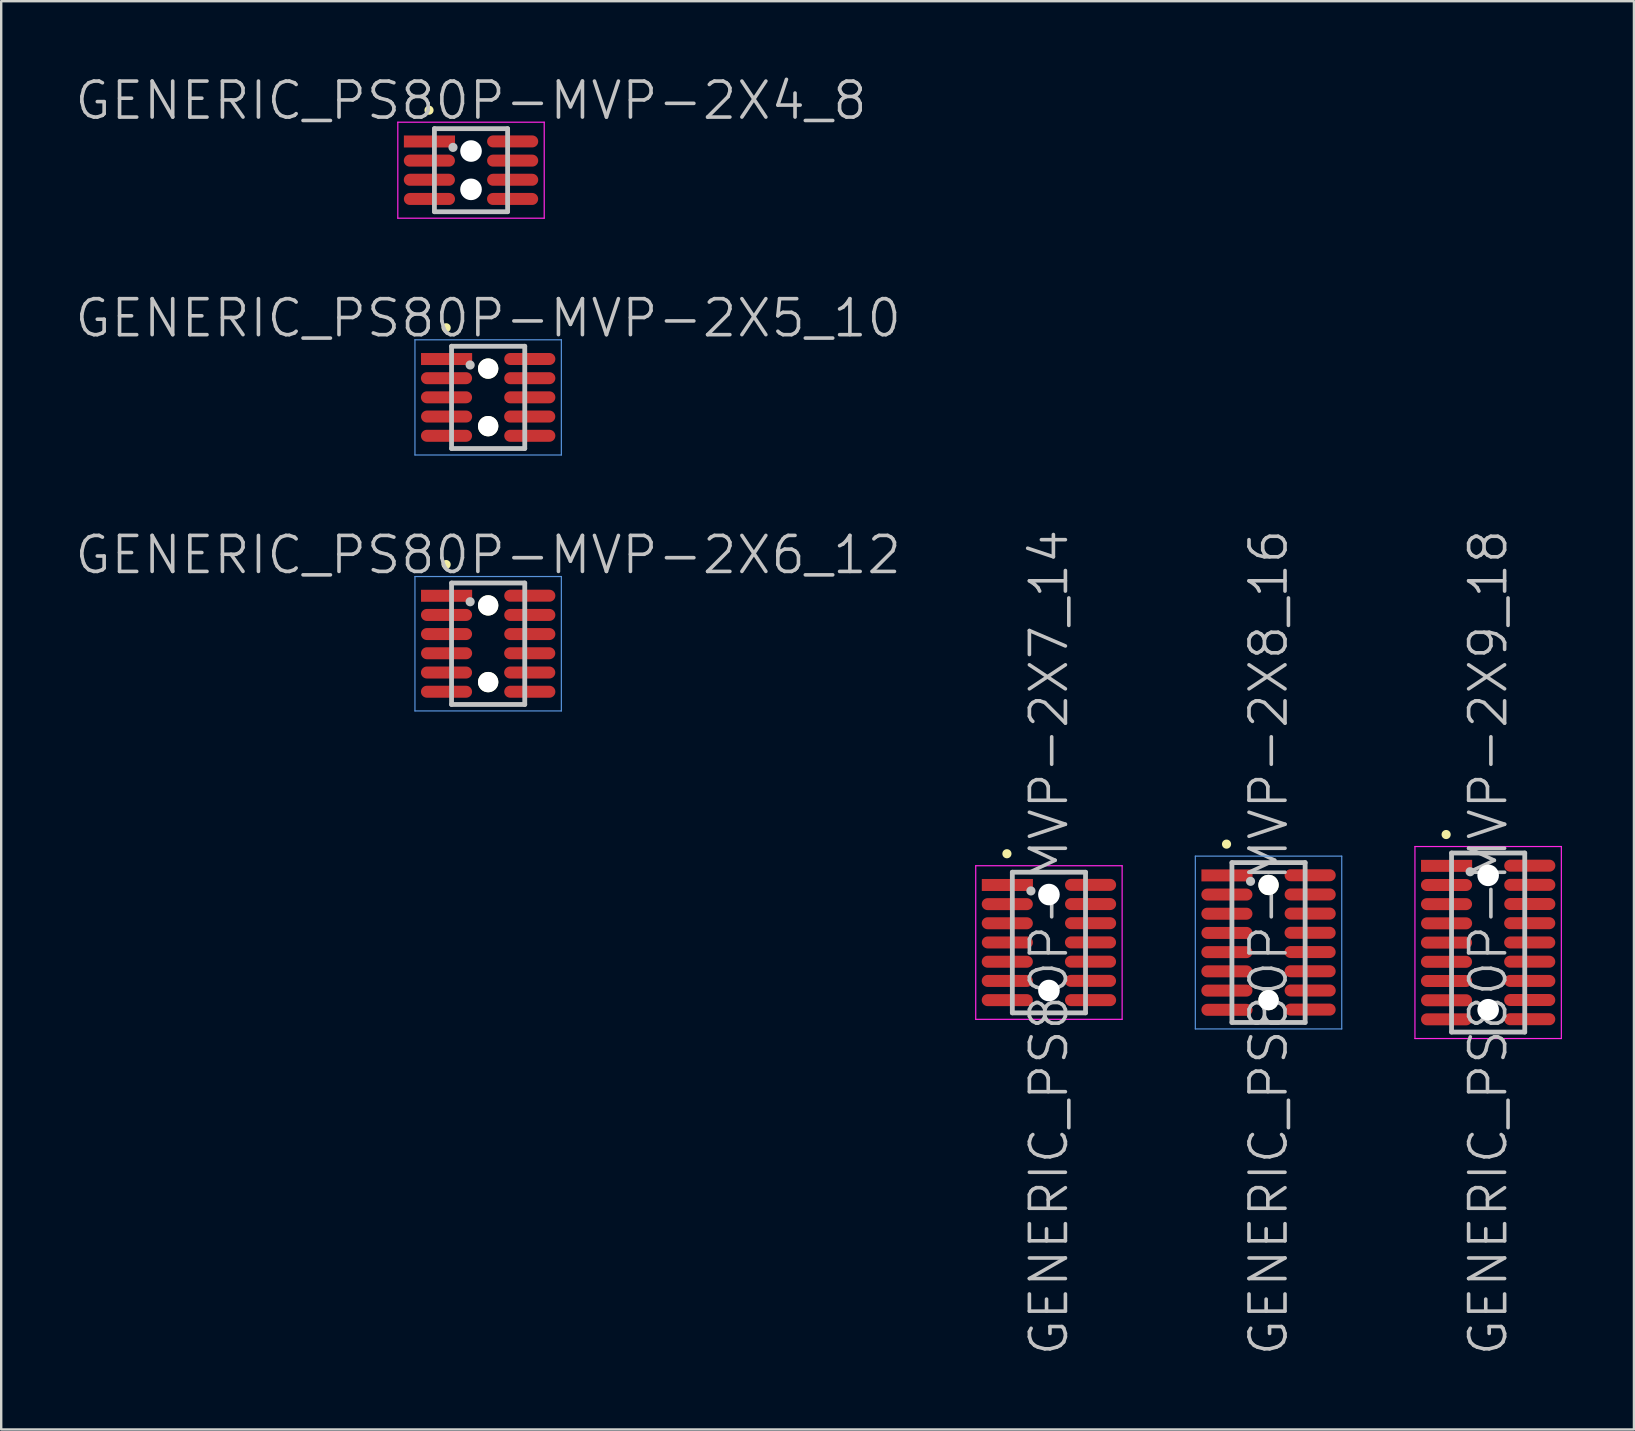
<source format=kicad_pcb>
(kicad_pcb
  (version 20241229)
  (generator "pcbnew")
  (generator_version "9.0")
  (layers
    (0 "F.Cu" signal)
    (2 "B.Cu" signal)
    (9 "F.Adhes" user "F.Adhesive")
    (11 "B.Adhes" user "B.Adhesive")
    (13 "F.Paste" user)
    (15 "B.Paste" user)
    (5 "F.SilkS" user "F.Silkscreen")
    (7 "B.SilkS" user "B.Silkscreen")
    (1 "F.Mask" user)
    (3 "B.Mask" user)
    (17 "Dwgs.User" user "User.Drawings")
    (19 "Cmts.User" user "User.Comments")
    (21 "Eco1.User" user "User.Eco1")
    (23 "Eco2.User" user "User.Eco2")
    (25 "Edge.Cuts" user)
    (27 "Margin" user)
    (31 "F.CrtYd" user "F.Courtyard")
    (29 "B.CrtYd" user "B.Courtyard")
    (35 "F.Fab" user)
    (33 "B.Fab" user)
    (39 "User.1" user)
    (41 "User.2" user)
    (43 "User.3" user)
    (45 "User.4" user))
  (footprint "GENERIC_PS80P-MVP-2X7_14"
    (layer "F.Cu")
    (at 40.654 36.221)
    (property "Reference" "GENERIC_PS80P-MVP-2X7_14" (at 0 0 90) (layer "Dwgs.User") (effects (font (size 1.5 1.5) (thickness 0.15))))
    (attr smd)
    (fp_line (start -1.75 -3.7) (end -1.75 -3.7) (stroke (width 0.381) (type solid)) (layer "F.SilkS"))
    (fp_line (start -1.525 -2.93) (end -1.525 2.93) (stroke (width 0.2) (type solid)) (layer "Dwgs.User"))
    (fp_line (start -1.525 -2.93) (end 1.525 -2.93) (stroke (width 0.2) (type solid)) (layer "Dwgs.User"))
    (fp_line (start -1.525 2.93) (end 1.525 2.93) (stroke (width 0.2) (type solid)) (layer "Dwgs.User"))
    (fp_line (start -0.75 -2.15) (end -0.75 -2.15) (stroke (width 0.381) (type solid)) (layer "Dwgs.User"))
    (fp_line (start 1.525 -2.93) (end 1.525 2.93) (stroke (width 0.2) (type solid)) (layer "Dwgs.User"))
    (fp_line (start -3.05 -3.2) (end -3.05 3.2) (stroke (width 0.05) (type solid)) (layer "F.CrtYd"))
    (fp_line (start -3.05 -3.2) (end 3.05 -3.2) (stroke (width 0.05) (type solid)) (layer "F.CrtYd"))
    (fp_line (start -3.05 3.2) (end 3.05 3.2) (stroke (width 0.05) (type solid)) (layer "F.CrtYd"))
    (fp_line (start 3.05 -3.2) (end 3.05 3.2) (stroke (width 0.05) (type solid)) (layer "F.CrtYd"))
    (pad "" np_thru_hole circle (at 0 -1.999 270) (size 0.9 0.9) (drill 0.9) (layers "*.Cu" "*.Mask"))
    (pad "" np_thru_hole circle (at 0 1.999 270) (size 0.9 0.9) (drill 0.9) (layers "*.Cu" "*.Mask"))
    (pad "1" smd rect (at -1.732 -2.398 270) (size 0.5 2.13) (layers "F.Cu" "F.Mask" "F.Paste"))
    (pad "2" smd oval (at 1.735 -2.403 270) (size 0.5 2.13) (layers "F.Cu" "F.Mask" "F.Paste"))
    (pad "3" smd oval (at -1.735 -1.6 270) (size 0.5 2.13) (layers "F.Cu" "F.Mask" "F.Paste"))
    (pad "4" smd oval (at 1.735 -1.603 270) (size 0.5 2.13) (layers "F.Cu" "F.Mask" "F.Paste"))
    (pad "5" smd oval (at -1.735 -0.803 270) (size 0.5 2.13) (layers "F.Cu" "F.Mask" "F.Paste"))
    (pad "6" smd oval (at 1.735 -0.805 270) (size 0.5 2.13) (layers "F.Cu" "F.Mask" "F.Paste"))
    (pad "7" smd oval (at -1.732 -0.003 270) (size 0.5 2.13) (layers "F.Cu" "F.Mask" "F.Paste"))
    (pad "8" smd oval (at 1.732 -0.005 270) (size 0.5 2.13) (layers "F.Cu" "F.Mask" "F.Paste"))
    (pad "9" smd oval (at -1.735 0.8 270) (size 0.5 2.13) (layers "F.Cu" "F.Mask" "F.Paste"))
    (pad "10" smd oval (at 1.732 0.798 270) (size 0.5 2.13) (layers "F.Cu" "F.Mask" "F.Paste"))
    (pad "11" smd oval (at -1.735 1.6 270) (size 0.5 2.13) (layers "F.Cu" "F.Mask" "F.Paste"))
    (pad "12" smd oval (at 1.732 1.598 270) (size 0.5 2.13) (layers "F.Cu" "F.Mask" "F.Paste"))
    (pad "13" smd oval (at -1.735 2.4 270) (size 0.5 2.13) (layers "F.Cu" "F.Mask" "F.Paste"))
    (pad "14" smd oval (at 1.735 2.4 270) (size 0.5 2.13) (layers "F.Cu" "F.Mask" "F.Paste")))
  (footprint "GENERIC_PS80P-MVP-2X5_10"
    (layer "F.Cu")
    (at 17.289 13.507)
    (property "Reference" "GENERIC_PS80P-MVP-2X5_10" (at 0 -3.3 180) (layer "Dwgs.User") (effects (font (size 1.5 1.5) (thickness 0.15))))
    (attr smd)
    (fp_line (start -1.75 -2.9) (end -1.75 -2.9) (stroke (width 0.381) (type solid)) (layer "F.SilkS"))
    (fp_line (start -1.525 -2.13) (end -1.525 2.13) (stroke (width 0.2) (type solid)) (layer "Dwgs.User"))
    (fp_line (start -1.525 -2.13) (end 1.525 -2.13) (stroke (width 0.2) (type solid)) (layer "Dwgs.User"))
    (fp_line (start -1.525 2.13) (end 1.525 2.13) (stroke (width 0.2) (type solid)) (layer "Dwgs.User"))
    (fp_line (start -0.75 -1.35) (end -0.75 -1.35) (stroke (width 0.381) (type solid)) (layer "Dwgs.User"))
    (fp_line (start 1.525 -2.13) (end 1.525 2.13) (stroke (width 0.2) (type solid)) (layer "Dwgs.User"))
    (fp_line (start -3.05 -2.4) (end -3.05 2.4) (stroke (width 0.05) (type solid)) (layer "Cmts.User"))
    (fp_line (start -3.05 -2.4) (end 3.05 -2.4) (stroke (width 0.05) (type solid)) (layer "Cmts.User"))
    (fp_line (start -3.05 2.4) (end 3.05 2.4) (stroke (width 0.05) (type solid)) (layer "Cmts.User"))
    (fp_line (start 3.05 -2.4) (end 3.05 2.4) (stroke (width 0.05) (type solid)) (layer "Cmts.User"))
    (pad "" np_thru_hole circle (at 0 -1.199 270) (size 0.848 0.848) (drill 0.848) (layers "*.Cu" "*.Mask" "F.SilkS"))
    (pad "" np_thru_hole circle (at 0 1.199 270) (size 0.848 0.848) (drill 0.848) (layers "*.Cu" "*.Mask" "F.SilkS"))
    (pad "1" smd rect (at -1.732 -1.598 270) (size 0.5 2.13) (layers "F.Cu" "F.Mask" "F.Paste"))
    (pad "2" smd oval (at 1.735 -1.6 270) (size 0.5 2.13) (layers "F.Cu" "F.Mask" "F.Paste"))
    (pad "3" smd oval (at -1.735 -0.8 270) (size 0.5 2.13) (layers "F.Cu" "F.Mask" "F.Paste"))
    (pad "4" smd oval (at 1.735 -0.8 270) (size 0.5 2.13) (layers "F.Cu" "F.Mask" "F.Paste"))
    (pad "5" smd oval (at -1.735 -0.003 270) (size 0.5 2.13) (layers "F.Cu" "F.Mask" "F.Paste"))
    (pad "6" smd oval (at 1.735 -0.003 270) (size 0.5 2.13) (layers "F.Cu" "F.Mask" "F.Paste"))
    (pad "7" smd oval (at -1.732 0.798 270) (size 0.5 2.13) (layers "F.Cu" "F.Mask" "F.Paste"))
    (pad "8" smd oval (at 1.732 0.798 270) (size 0.5 2.13) (layers "F.Cu" "F.Mask" "F.Paste"))
    (pad "9" smd oval (at -1.735 1.6 270) (size 0.5 2.13) (layers "F.Cu" "F.Mask" "F.Paste"))
    (pad "10" smd oval (at 1.735 1.6 270) (size 0.5 2.13) (layers "F.Cu" "F.Mask" "F.Paste")))
  (footprint "GENERIC_PS80P-MVP-2X8_16"
    (layer "F.Cu")
    (at 49.804 36.221)
    (property "Reference" "GENERIC_PS80P-MVP-2X8_16" (at 0 0 90) (layer "Dwgs.User") (effects (font (size 1.5 1.5) (thickness 0.15))))
    (attr smd)
    (fp_line (start -1.75 -4.1) (end -1.75 -4.1) (stroke (width 0.381) (type solid)) (layer "F.SilkS"))
    (fp_line (start -1.525 -3.33) (end -1.525 3.33) (stroke (width 0.2) (type solid)) (layer "Dwgs.User"))
    (fp_line (start -1.525 -3.33) (end 1.525 -3.33) (stroke (width 0.2) (type solid)) (layer "Dwgs.User"))
    (fp_line (start -1.525 3.33) (end 1.525 3.33) (stroke (width 0.2) (type solid)) (layer "Dwgs.User"))
    (fp_line (start -0.75 -2.55) (end -0.75 -2.55) (stroke (width 0.381) (type solid)) (layer "Dwgs.User"))
    (fp_line (start 1.525 -3.33) (end 1.525 3.33) (stroke (width 0.2) (type solid)) (layer "Dwgs.User"))
    (fp_line (start -3.05 -3.6) (end -3.05 3.6) (stroke (width 0.05) (type solid)) (layer "Cmts.User"))
    (fp_line (start -3.05 -3.6) (end 3.05 -3.6) (stroke (width 0.05) (type solid)) (layer "Cmts.User"))
    (fp_line (start -3.05 3.6) (end 3.05 3.6) (stroke (width 0.05) (type solid)) (layer "Cmts.User"))
    (fp_line (start 3.05 -3.6) (end 3.05 3.6) (stroke (width 0.05) (type solid)) (layer "Cmts.User"))
    (pad "" np_thru_hole circle (at 0 -2.398 270) (size 0.848 0.848) (drill 0.848) (layers "*.Cu" "*.Mask" "F.SilkS"))
    (pad "" np_thru_hole circle (at 0 2.398 270) (size 0.848 0.848) (drill 0.848) (layers "*.Cu" "*.Mask" "F.SilkS"))
    (pad "1" smd rect (at -1.732 -2.797 270) (size 0.5 2.13) (layers "F.Cu" "F.Mask" "F.Paste"))
    (pad "2" smd oval (at 1.735 -2.804 270) (size 0.5 2.13) (layers "F.Cu" "F.Mask" "F.Paste"))
    (pad "3" smd oval (at -1.735 -1.999 270) (size 0.5 2.13) (layers "F.Cu" "F.Mask" "F.Paste"))
    (pad "4" smd oval (at 1.735 -2.004 270) (size 0.5 2.13) (layers "F.Cu" "F.Mask" "F.Paste"))
    (pad "5" smd oval (at -1.735 -1.201 270) (size 0.5 2.13) (layers "F.Cu" "F.Mask" "F.Paste"))
    (pad "6" smd oval (at 1.735 -1.206 270) (size 0.5 2.13) (layers "F.Cu" "F.Mask" "F.Paste"))
    (pad "7" smd oval (at -1.732 -0.401 270) (size 0.5 2.13) (layers "F.Cu" "F.Mask" "F.Paste"))
    (pad "8" smd oval (at 1.732 -0.406 270) (size 0.5 2.13) (layers "F.Cu" "F.Mask" "F.Paste"))
    (pad "9" smd oval (at -1.735 0.401 270) (size 0.5 2.13) (layers "F.Cu" "F.Mask" "F.Paste"))
    (pad "10" smd oval (at 1.732 0.396 270) (size 0.5 2.13) (layers "F.Cu" "F.Mask" "F.Paste"))
    (pad "11" smd oval (at -1.735 1.201 270) (size 0.5 2.13) (layers "F.Cu" "F.Mask" "F.Paste"))
    (pad "12" smd oval (at 1.732 1.196 270) (size 0.5 2.13) (layers "F.Cu" "F.Mask" "F.Paste"))
    (pad "13" smd oval (at -1.735 2.002 270) (size 0.5 2.13) (layers "F.Cu" "F.Mask" "F.Paste"))
    (pad "14" smd oval (at 1.735 1.999 270) (size 0.5 2.13) (layers "F.Cu" "F.Mask" "F.Paste"))
    (pad "15" smd oval (at -1.732 2.804 270) (size 0.5 2.13) (layers "F.Cu" "F.Mask" "F.Paste"))
    (pad "16" smd oval (at 1.732 2.794 270) (size 0.5 2.13) (layers "F.Cu" "F.Mask" "F.Paste")))
  (footprint "GENERIC_PS80P-MVP-2X6_12"
    (layer "F.Cu")
    (at 17.289 23.772)
    (property "Reference" "GENERIC_PS80P-MVP-2X6_12" (at 0 -3.7 180) (layer "Dwgs.User") (effects (font (size 1.5 1.5) (thickness 0.15))))
    (attr smd)
    (fp_line (start -1.75 -3.3) (end -1.75 -3.3) (stroke (width 0.381) (type solid)) (layer "F.SilkS"))
    (fp_line (start -1.525 -2.53) (end -1.525 2.53) (stroke (width 0.2) (type solid)) (layer "Dwgs.User"))
    (fp_line (start -1.525 -2.53) (end 1.525 -2.53) (stroke (width 0.2) (type solid)) (layer "Dwgs.User"))
    (fp_line (start -1.525 2.53) (end 1.525 2.53) (stroke (width 0.2) (type solid)) (layer "Dwgs.User"))
    (fp_line (start -0.75 -1.75) (end -0.75 -1.75) (stroke (width 0.381) (type solid)) (layer "Dwgs.User"))
    (fp_line (start 1.525 -2.53) (end 1.525 2.53) (stroke (width 0.2) (type solid)) (layer "Dwgs.User"))
    (fp_line (start -3.05 -2.8) (end -3.05 2.8) (stroke (width 0.05) (type solid)) (layer "Cmts.User"))
    (fp_line (start -3.05 -2.8) (end 3.05 -2.8) (stroke (width 0.05) (type solid)) (layer "Cmts.User"))
    (fp_line (start -3.05 2.8) (end 3.05 2.8) (stroke (width 0.05) (type solid)) (layer "Cmts.User"))
    (fp_line (start 3.05 -2.8) (end 3.05 2.8) (stroke (width 0.05) (type solid)) (layer "Cmts.User"))
    (pad "" np_thru_hole circle (at 0 -1.598 270) (size 0.848 0.848) (drill 0.848) (layers "*.Cu" "*.Mask" "F.SilkS"))
    (pad "" np_thru_hole circle (at 0 1.598 270) (size 0.848 0.848) (drill 0.848) (layers "*.Cu" "*.Mask" "F.SilkS"))
    (pad "1" smd rect (at -1.732 -1.999 270) (size 0.5 2.13) (layers "F.Cu" "F.Mask" "F.Paste"))
    (pad "2" smd oval (at 1.735 -2.002 270) (size 0.5 2.13) (layers "F.Cu" "F.Mask" "F.Paste"))
    (pad "3" smd oval (at -1.735 -1.201 270) (size 0.5 2.13) (layers "F.Cu" "F.Mask" "F.Paste"))
    (pad "4" smd oval (at 1.735 -1.201 270) (size 0.5 2.13) (layers "F.Cu" "F.Mask" "F.Paste"))
    (pad "5" smd oval (at -1.735 -0.404 270) (size 0.5 2.13) (layers "F.Cu" "F.Mask" "F.Paste"))
    (pad "6" smd oval (at 1.735 -0.404 270) (size 0.5 2.13) (layers "F.Cu" "F.Mask" "F.Paste"))
    (pad "7" smd oval (at -1.732 0.396 270) (size 0.5 2.13) (layers "F.Cu" "F.Mask" "F.Paste"))
    (pad "8" smd oval (at 1.732 0.396 270) (size 0.5 2.13) (layers "F.Cu" "F.Mask" "F.Paste"))
    (pad "9" smd oval (at -1.735 1.199 270) (size 0.5 2.13) (layers "F.Cu" "F.Mask" "F.Paste"))
    (pad "10" smd oval (at 1.732 1.199 270) (size 0.5 2.13) (layers "F.Cu" "F.Mask" "F.Paste"))
    (pad "11" smd oval (at -1.735 1.999 270) (size 0.5 2.13) (layers "F.Cu" "F.Mask" "F.Paste"))
    (pad "12" smd oval (at 1.735 1.999 270) (size 0.5 2.13) (layers "F.Cu" "F.Mask" "F.Paste")))
  (footprint "GENERIC_PS80P-MVP-2X4_8"
    (layer "F.Cu")
    (at 16.575 4.041)
    (property "Reference" "GENERIC_PS80P-MVP-2X4_8" (at 0 -2.9 180) (layer "Dwgs.User") (effects (font (size 1.5 1.5) (thickness 0.15))))
    (attr smd)
    (fp_line (start -1.75 -2.5) (end -1.75 -2.5) (stroke (width 0.381) (type solid)) (layer "F.SilkS"))
    (fp_line (start -1.525 -1.73) (end -1.525 1.73) (stroke (width 0.2) (type solid)) (layer "Dwgs.User"))
    (fp_line (start -1.525 -1.73) (end 1.525 -1.73) (stroke (width 0.2) (type solid)) (layer "Dwgs.User"))
    (fp_line (start -1.525 1.73) (end 1.525 1.73) (stroke (width 0.2) (type solid)) (layer "Dwgs.User"))
    (fp_line (start -0.75 -0.95) (end -0.75 -0.95) (stroke (width 0.381) (type solid)) (layer "Dwgs.User"))
    (fp_line (start 1.525 -1.73) (end 1.525 1.73) (stroke (width 0.2) (type solid)) (layer "Dwgs.User"))
    (fp_line (start -3.05 -2) (end -3.05 2) (stroke (width 0.05) (type solid)) (layer "F.CrtYd"))
    (fp_line (start -3.05 -2) (end 3.05 -2) (stroke (width 0.05) (type solid)) (layer "F.CrtYd"))
    (fp_line (start -3.05 2) (end 3.05 2) (stroke (width 0.05) (type solid)) (layer "F.CrtYd"))
    (fp_line (start 3.05 -2) (end 3.05 2) (stroke (width 0.05) (type solid)) (layer "F.CrtYd"))
    (pad "" np_thru_hole circle (at 0 -0.798 270) (size 0.9 0.9) (drill 0.9) (layers "*.Cu" "*.Mask"))
    (pad "" np_thru_hole circle (at 0 0.798 270) (size 0.9 0.9) (drill 0.9) (layers "*.Cu" "*.Mask"))
    (pad "1" smd rect (at -1.732 -1.196 270) (size 0.5 2.13) (layers "F.Cu" "F.Mask" "F.Paste"))
    (pad "2" smd oval (at 1.735 -1.199 270) (size 0.5 2.13) (layers "F.Cu" "F.Mask" "F.Paste"))
    (pad "3" smd oval (at -1.735 -0.399 270) (size 0.5 2.13) (layers "F.Cu" "F.Mask" "F.Paste"))
    (pad "4" smd oval (at 1.735 -0.399 270) (size 0.5 2.13) (layers "F.Cu" "F.Mask" "F.Paste"))
    (pad "5" smd oval (at -1.735 0.399 270) (size 0.5 2.13) (layers "F.Cu" "F.Mask" "F.Paste"))
    (pad "6" smd oval (at 1.735 0.399 270) (size 0.5 2.13) (layers "F.Cu" "F.Mask" "F.Paste"))
    (pad "7" smd oval (at -1.732 1.199 270) (size 0.5 2.13) (layers "F.Cu" "F.Mask" "F.Paste"))
    (pad "8" smd oval (at 1.732 1.199 270) (size 0.5 2.13) (layers "F.Cu" "F.Mask" "F.Paste")))
  (footprint "GENERIC_PS80P-MVP-2X9_18"
    (layer "F.Cu")
    (at 58.954 36.221)
    (property "Reference" "GENERIC_PS80P-MVP-2X9_18" (at 0 0 90) (layer "Dwgs.User") (effects (font (size 1.5 1.5) (thickness 0.15))))
    (attr smd)
    (fp_line (start -1.75 -4.5) (end -1.75 -4.5) (stroke (width 0.381) (type solid)) (layer "F.SilkS"))
    (fp_line (start -1.525 -3.73) (end -1.525 3.73) (stroke (width 0.2) (type solid)) (layer "Dwgs.User"))
    (fp_line (start -1.525 -3.73) (end 1.525 -3.73) (stroke (width 0.2) (type solid)) (layer "Dwgs.User"))
    (fp_line (start -1.525 3.73) (end 1.525 3.73) (stroke (width 0.2) (type solid)) (layer "Dwgs.User"))
    (fp_line (start -0.75 -2.95) (end -0.75 -2.95) (stroke (width 0.381) (type solid)) (layer "Dwgs.User"))
    (fp_line (start 1.525 -3.73) (end 1.525 3.73) (stroke (width 0.2) (type solid)) (layer "Dwgs.User"))
    (fp_line (start -3.05 -4) (end -3.05 4) (stroke (width 0.05) (type solid)) (layer "F.CrtYd"))
    (fp_line (start -3.05 -4) (end 3.05 -4) (stroke (width 0.05) (type solid)) (layer "F.CrtYd"))
    (fp_line (start -3.05 4) (end 3.05 4) (stroke (width 0.05) (type solid)) (layer "F.CrtYd"))
    (fp_line (start 3.05 -4) (end 3.05 4) (stroke (width 0.05) (type solid)) (layer "F.CrtYd"))
    (pad "" np_thru_hole circle (at 0 -2.799 270) (size 0.9 0.9) (drill 0.9) (layers "*.Cu" "*.Mask"))
    (pad "" np_thru_hole circle (at 0 2.799 270) (size 0.9 0.9) (drill 0.9) (layers "*.Cu" "*.Mask"))
    (pad "1" smd rect (at -1.732 -3.195 270) (size 0.5 2.13) (layers "F.Cu" "F.Mask" "F.Paste"))
    (pad "2" smd oval (at 1.735 -3.203 270) (size 0.5 2.13) (layers "F.Cu" "F.Mask" "F.Paste"))
    (pad "3" smd oval (at -1.735 -2.398 270) (size 0.5 2.13) (layers "F.Cu" "F.Mask" "F.Paste"))
    (pad "4" smd oval (at 1.735 -2.403 270) (size 0.5 2.13) (layers "F.Cu" "F.Mask" "F.Paste"))
    (pad "5" smd oval (at -1.735 -1.6 270) (size 0.5 2.13) (layers "F.Cu" "F.Mask" "F.Paste"))
    (pad "6" smd oval (at 1.735 -1.605 270) (size 0.5 2.13) (layers "F.Cu" "F.Mask" "F.Paste"))
    (pad "7" smd oval (at -1.732 -0.8 270) (size 0.5 2.13) (layers "F.Cu" "F.Mask" "F.Paste"))
    (pad "8" smd oval (at 1.732 -0.805 270) (size 0.5 2.13) (layers "F.Cu" "F.Mask" "F.Paste"))
    (pad "9" smd oval (at -1.735 0.003 270) (size 0.5 2.13) (layers "F.Cu" "F.Mask" "F.Paste"))
    (pad "10" smd oval (at 1.732 -0.003 270) (size 0.5 2.13) (layers "F.Cu" "F.Mask" "F.Paste"))
    (pad "11" smd oval (at -1.735 0.803 270) (size 0.5 2.13) (layers "F.Cu" "F.Mask" "F.Paste"))
    (pad "12" smd oval (at 1.732 0.798 270) (size 0.5 2.13) (layers "F.Cu" "F.Mask" "F.Paste"))
    (pad "13" smd oval (at -1.735 1.603 270) (size 0.5 2.13) (layers "F.Cu" "F.Mask" "F.Paste"))
    (pad "14" smd oval (at 1.735 1.6 270) (size 0.5 2.13) (layers "F.Cu" "F.Mask" "F.Paste"))
    (pad "15" smd oval (at -1.732 2.405 270) (size 0.5 2.13) (layers "F.Cu" "F.Mask" "F.Paste"))
    (pad "16" smd oval (at 1.732 2.395 270) (size 0.5 2.13) (layers "F.Cu" "F.Mask" "F.Paste"))
    (pad "17" smd oval (at -1.732 3.2 270) (size 0.5 2.13) (layers "F.Cu" "F.Mask" "F.Paste"))
    (pad "18" smd oval (at 1.732 3.195 270) (size 0.5 2.13) (layers "F.Cu" "F.Mask" "F.Paste")))
  (gr_rect
    (start -3 -3)
    (end 65.029 56.51)
    (stroke (width 0.1) (type default))
    (fill no)
    (layer "Edge.Cuts")))
</source>
